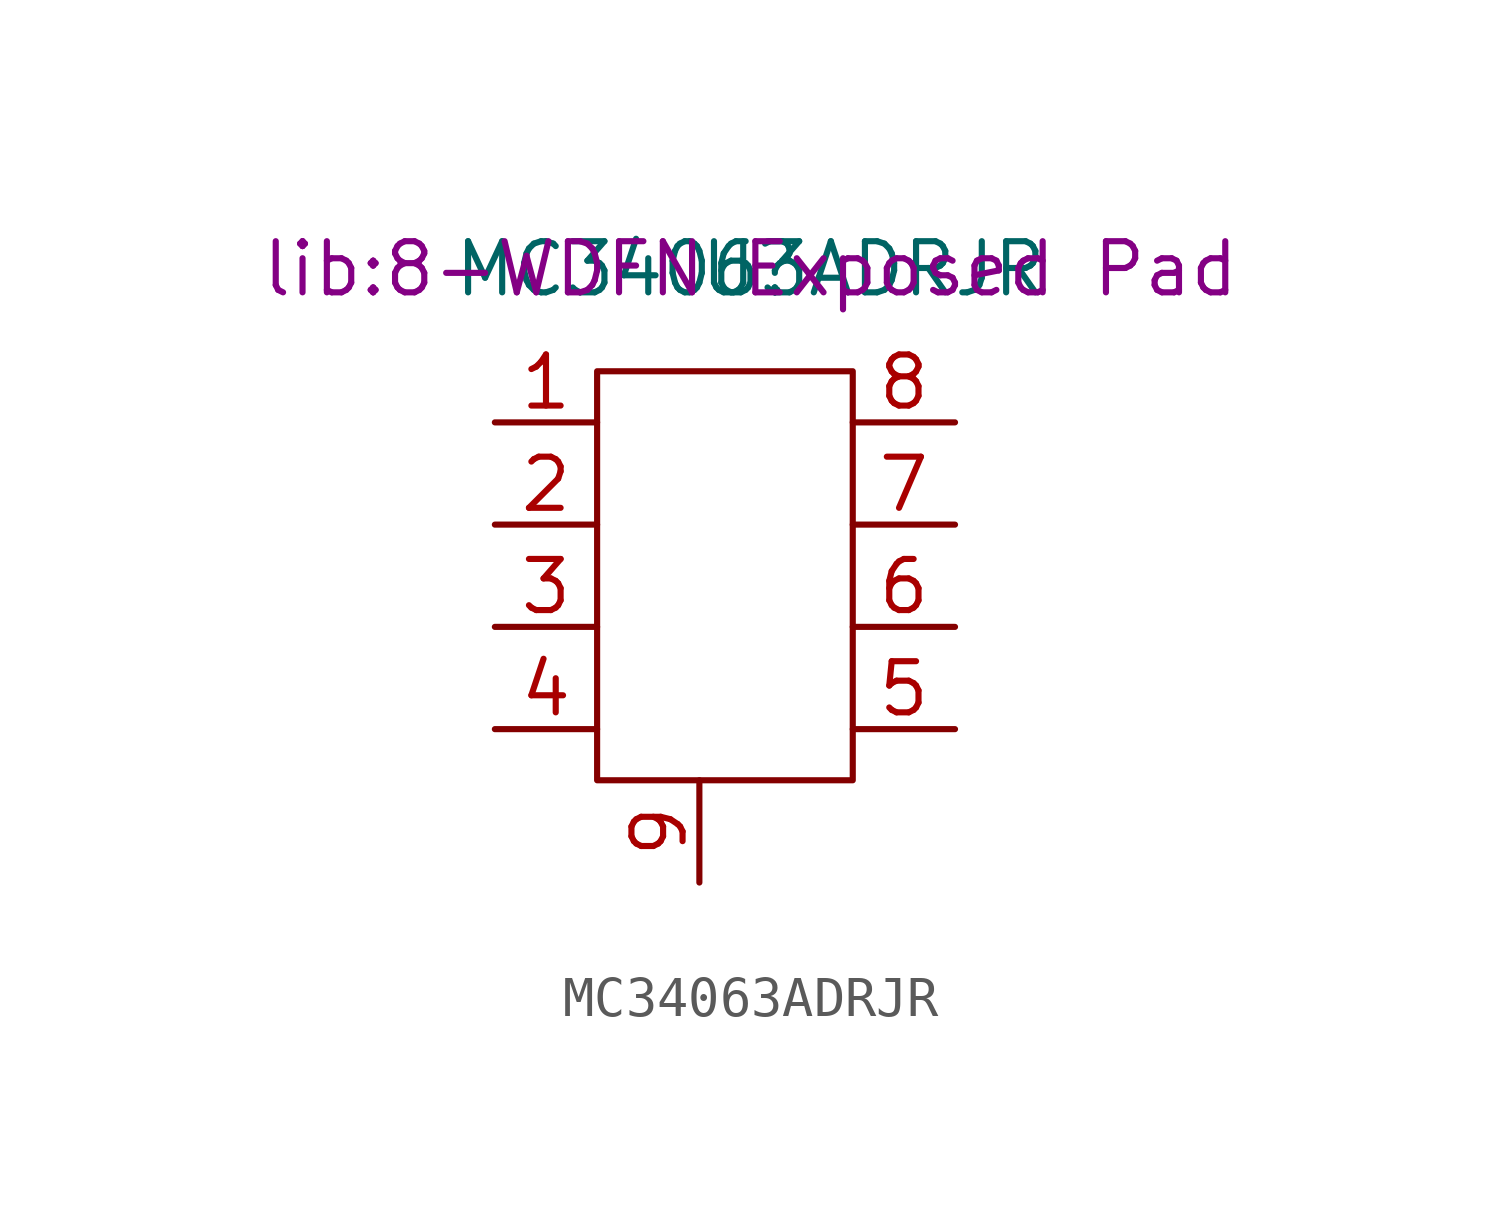
<source format=kicad_sym>
(kicad_symbol_lib
  (version 20220914)
  (generator kicad_symbol_editor)
  (symbol "MC34063ADRJR"
    (pin_names hide)
    (property "Reference" "U"
      (at 0 0 0)
      (effects (font (size 1.27 1.27))))
    (property "Value" "MC34063ADRJR"
      (at 0 0 0)
      (effects (font (size 1.27 1.27))))
    (property "Footprint" "lib:8-WDFN Exposed Pad"
      (at 0 0 0)
      (effects (font (size 1.27 1.27))))
    (symbol "MC34063ADRJR_0_1"
      (rectangle (start -3.81 -2.54) (end 2.54 -12.7) (stroke (width 0) (type default)) (fill (type none))))
    (symbol "MC34063ADRJR_1_1"
      (pin bidirectional line (at -6.35 -3.81 0) (length 2.54) (name "switch_collector" (effects (font (size 1.27 1.27)))) (number "1" (effects (font (size 1.27 1.27)))))
      (pin bidirectional line (at -6.35 -6.35 0) (length 2.54) (name "switch_emitter" (effects (font (size 1.27 1.27)))) (number "2" (effects (font (size 1.27 1.27)))))
      (pin bidirectional line (at -6.35 -8.89 0) (length 2.54) (name "timing_cap" (effects (font (size 1.27 1.27)))) (number "3" (effects (font (size 1.27 1.27)))))
      (pin bidirectional line (at -6.35 -11.43 0) (length 2.54) (name "gnd" (effects (font (size 1.27 1.27)))) (number "4" (effects (font (size 1.27 1.27)))))
      (pin bidirectional line (at 5.08 -11.43 180) (length 2.54) (name "comparitor_inverting_input" (effects (font (size 1.27 1.27)))) (number "5" (effects (font (size 1.27 1.27)))))
      (pin bidirectional line (at 5.08 -8.89 180) (length 2.54) (name "Vcc" (effects (font (size 1.27 1.27)))) (number "6" (effects (font (size 1.27 1.27)))))
      (pin bidirectional line (at 5.08 -6.35 180) (length 2.54) (name "Ipk" (effects (font (size 1.27 1.27)))) (number "7" (effects (font (size 1.27 1.27)))))
      (pin bidirectional line (at 5.08 -3.81 180) (length 2.54) (name "drive_collector" (effects (font (size 1.27 1.27)))) (number "8" (effects (font (size 1.27 1.27)))))
      (pin bidirectional line (at -1.27 -15.24 90) (length 2.54) (name "thermal_pad" (effects (font (size 1.27 1.27)))) (number "9" (effects (font (size 1.27 1.27))))))))
</source>
